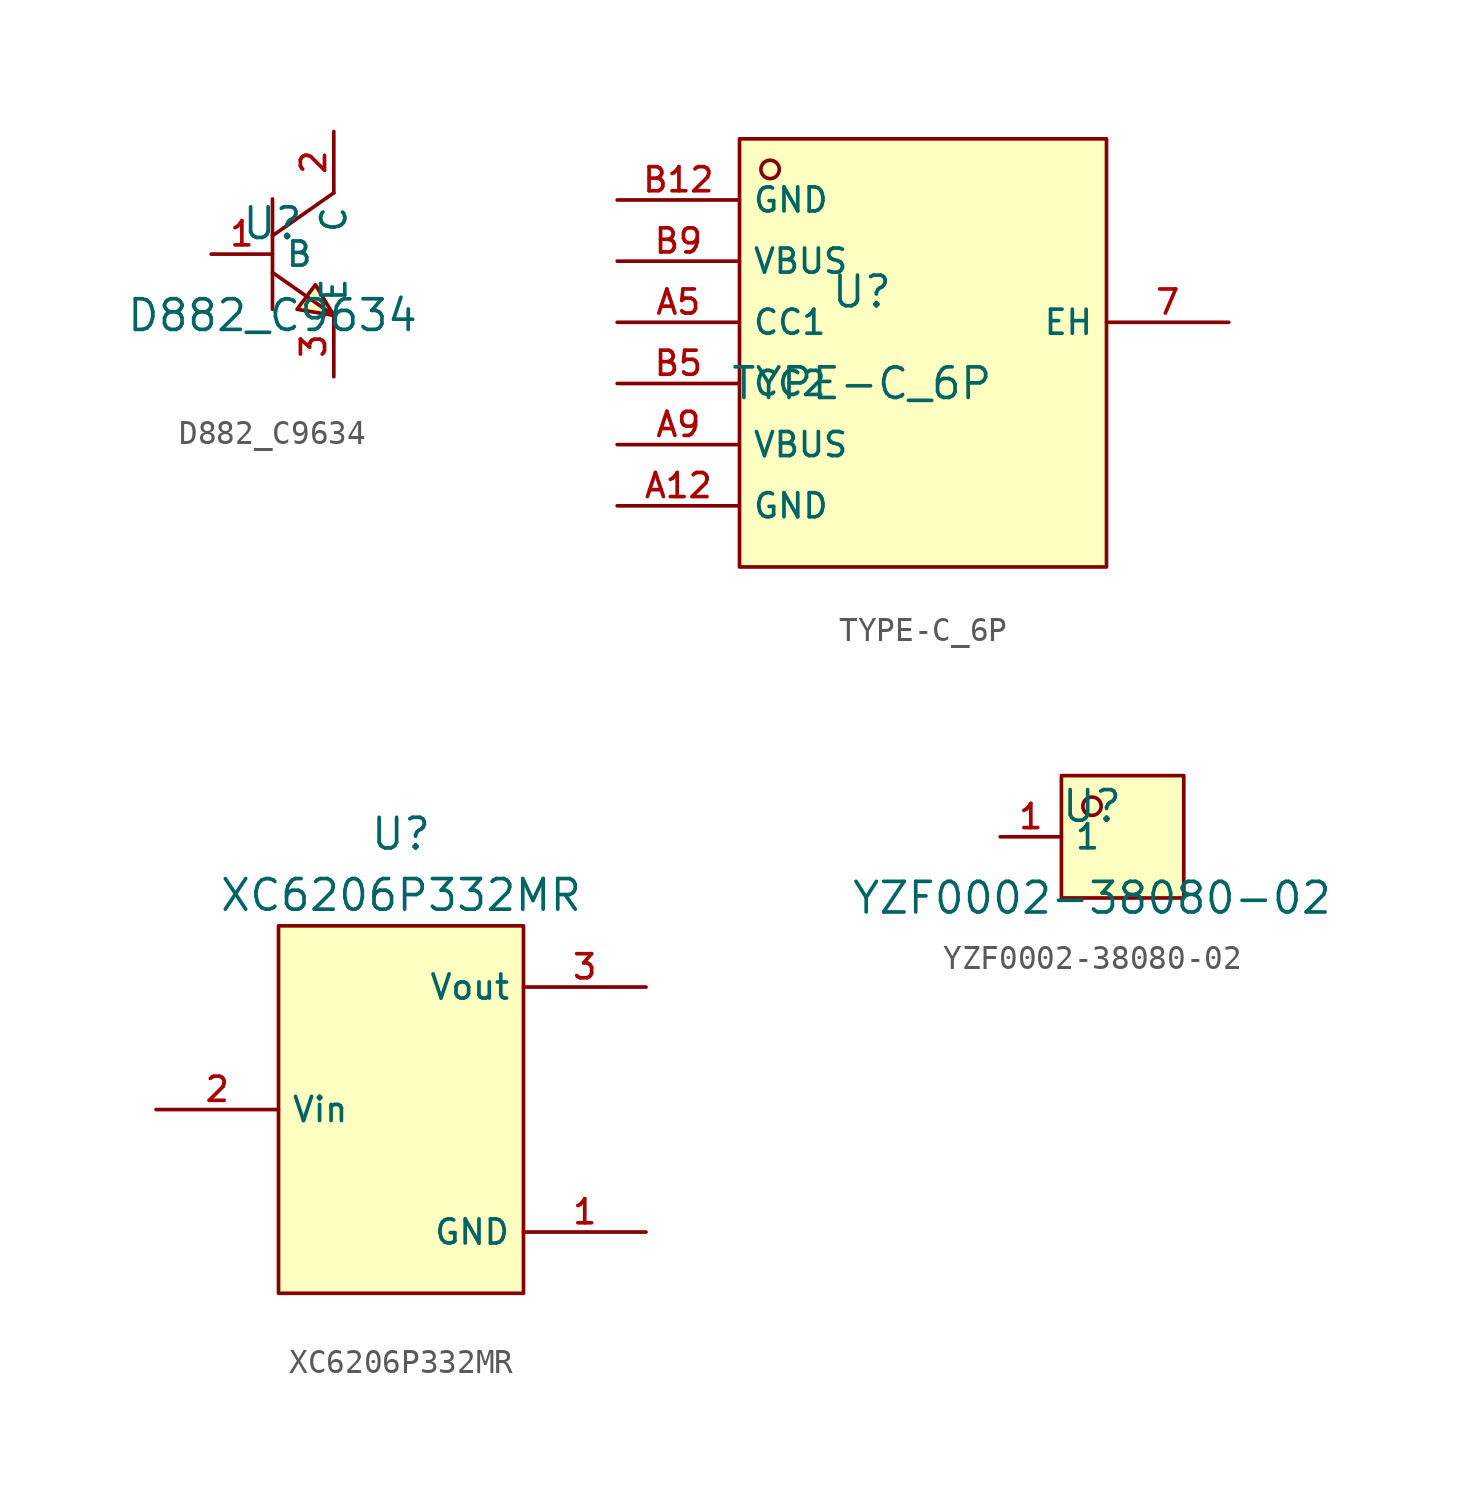
<source format=kicad_sym>
(kicad_symbol_lib
  (version 20220914)
  (generator kicad_symbol_editor)
  (symbol "D882_C9634"
    (property "Reference" "U"
      (at 0 1.27 0)
      (effects (font (size 1.27 1.27))))
    (property "Value" "D882_C9634"
      (at 0 -2.54 0)
      (effects (font (size 1.27 1.27))))
    (symbol "D882_C9634_0_1"
      (polyline (pts (xy 0 -0.762) (xy 2.54 -2.54)) (stroke (width 0) (type default)) (fill (type none)))
      (polyline (pts (xy 0 2.286) (xy 0 -2.286)) (stroke (width 0) (type default)) (fill (type none)))
      (polyline (pts (xy 2.54 2.54) (xy 0 0.762)) (stroke (width 0) (type default)) (fill (type none)))
      (polyline (pts (xy 2.54 -2.54) (xy 1.778 -1.27) (xy 1.016 -2.286) (xy 2.54 -2.54)) (stroke (width 0) (type default)) (fill (type background)))
      (pin input line (at -2.54 0 0) (length 2.54) (name "B" (effects (font (size 1 1)))) (number "1" (effects (font (size 1 1)))))
      (pin input line (at 2.54 5.08 270) (length 2.54) (name "C" (effects (font (size 1 1)))) (number "2" (effects (font (size 1 1)))))
      (pin input line (at 2.54 -5.08 90) (length 2.54) (name "E" (effects (font (size 1 1)))) (number "3" (effects (font (size 1 1)))))))
  (symbol "TYPE-C_6P"
    (property "Reference" "U"
      (at 0 1.27 0)
      (effects (font (size 1.27 1.27))))
    (property "Value" "TYPE-C_6P"
      (at 0 -2.54 0)
      (effects (font (size 1.27 1.27))))
    (symbol "TYPE-C_6P_0_1"
      (rectangle (start -5.08 7.62) (end 10.16 -10.16) (stroke (width 0) (type default)) (fill (type background)))
      (circle (center -3.81 6.35) (radius 0.381) (stroke (width 0) (type default)) (fill (type background)))
      (pin unspecified line (at 15.24 0 180) (length 5.08) (name "EH" (effects (font (size 1 1)))) (number "7" (effects (font (size 1 1)))))
      (pin unspecified line (at -10.16 -7.62 0) (length 5.08) (name "GND" (effects (font (size 1 1)))) (number "A12" (effects (font (size 1 1)))))
      (pin unspecified line (at -10.16 0 0) (length 5.08) (name "CC1" (effects (font (size 1 1)))) (number "A5" (effects (font (size 1 1)))))
      (pin unspecified line (at -10.16 -5.08 0) (length 5.08) (name "VBUS" (effects (font (size 1 1)))) (number "A9" (effects (font (size 1 1)))))
      (pin unspecified line (at -10.16 5.08 0) (length 5.08) (name "GND" (effects (font (size 1 1)))) (number "B12" (effects (font (size 1 1)))))
      (pin unspecified line (at -10.16 -2.54 0) (length 5.08) (name "CC2" (effects (font (size 1 1)))) (number "B5" (effects (font (size 1 1)))))
      (pin unspecified line (at -10.16 2.54 0) (length 5.08) (name "VBUS" (effects (font (size 1 1)))) (number "B9" (effects (font (size 1 1)))))))
  (symbol "XC6206P332MR"
    (property "Reference" "U"
      (at 0 11.43 0)
      (effects (font (size 1.27 1.27))))
    (property "Value" "XC6206P332MR"
      (at 0 8.89 0)
      (effects (font (size 1.27 1.27))))
    (symbol "XC6206P332MR_0_1"
      (rectangle (start -5.08 7.62) (end 5.08 -7.62) (stroke (width 0) (type default)) (fill (type background)))
      (pin unspecified line (at 10.16 -5.08 180) (length 5.08) (name "GND" (effects (font (size 1 1)))) (number "1" (effects (font (size 1 1)))))
      (pin unspecified line (at -10.16 0 0) (length 5.08) (name "Vin" (effects (font (size 1 1)))) (number "2" (effects (font (size 1 1)))))
      (pin unspecified line (at 10.16 5.08 180) (length 5.08) (name "Vout" (effects (font (size 1 1)))) (number "3" (effects (font (size 1 1)))))))
  (symbol "YZF0002-38080-02"
    (property "Reference" "U"
      (at 0 1.27 0)
      (effects (font (size 1.27 1.27))))
    (property "Value" "YZF0002-38080-02"
      (at 0 -2.54 0)
      (effects (font (size 1.27 1.27))))
    (symbol "YZF0002-38080-02_0_1"
      (rectangle (start -1.27 2.54) (end 3.81 -2.54) (stroke (width 0) (type default)) (fill (type background)))
      (circle (center 0 1.27) (radius 0.381) (stroke (width 0) (type default)) (fill (type background)))
      (pin unspecified line (at -3.81 0 0) (length 2.54) (name "1" (effects (font (size 1 1)))) (number "1" (effects (font (size 1 1))))))))
</source>
